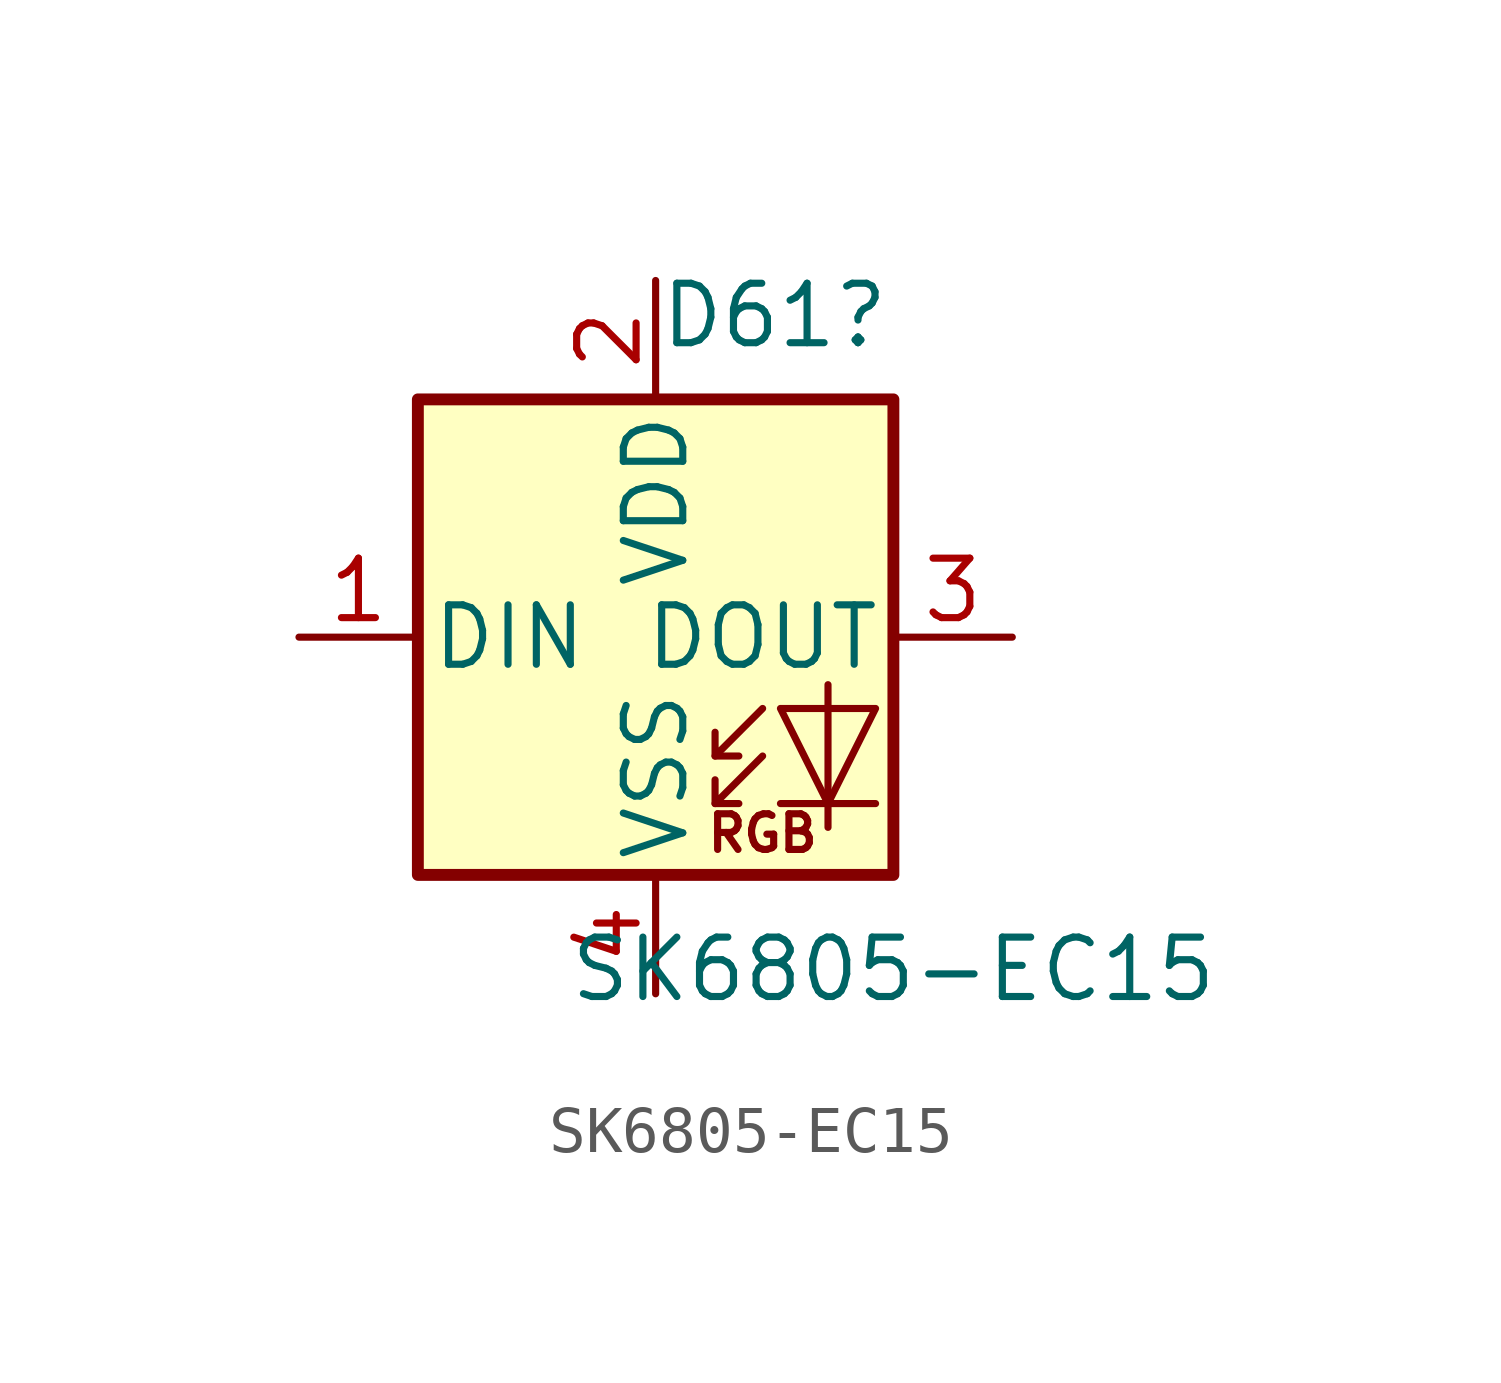
<source format=kicad_sym>
(kicad_symbol_lib
  (version 20211014)
  (generator kicad_symbol_editor)
  (symbol "SK6805-EC15"
    (pin_names
      (offset 0.254))
    (property "Reference" "D61"
      (at 2.54 6.871 0)
      (effects (font (size 1.27 1.27))))
    (property "Value" "SK6805-EC15"
      (at 5.08 -7.099 0)
      (effects (font (size 1.27 1.27))))
    (symbol "SK6805-EC15_0_0"
      (text "RGB" (at 2.286 -4.191 0) (effects (font (size 0.762 0.762)))))
    (symbol "SK6805-EC15_0_1"
      (polyline (pts (xy 1.27 -3.556) (xy 1.778 -3.556)) (stroke (width 0) (type default) (color 0 0 0 0)) (fill (type none)))
      (polyline (pts (xy 1.27 -2.54) (xy 1.778 -2.54)) (stroke (width 0) (type default) (color 0 0 0 0)) (fill (type none)))
      (polyline (pts (xy 4.699 -3.556) (xy 2.667 -3.556)) (stroke (width 0) (type default) (color 0 0 0 0)) (fill (type none)))
      (polyline (pts (xy 2.286 -2.54) (xy 1.27 -3.556) (xy 1.27 -3.048)) (stroke (width 0) (type default) (color 0 0 0 0)) (fill (type none)))
      (polyline (pts (xy 2.286 -1.524) (xy 1.27 -2.54) (xy 1.27 -2.032)) (stroke (width 0) (type default) (color 0 0 0 0)) (fill (type none)))
      (polyline (pts (xy 3.683 -1.016) (xy 3.683 -3.556) (xy 3.683 -4.064)) (stroke (width 0) (type default) (color 0 0 0 0)) (fill (type none)))
      (polyline (pts (xy 4.699 -1.524) (xy 2.667 -1.524) (xy 3.683 -3.556) (xy 4.699 -1.524)) (stroke (width 0) (type default) (color 0 0 0 0)) (fill (type none)))
      (rectangle (start 5.08 5.08) (end -5.08 -5.08) (stroke (width 0.254) (type default) (color 0 0 0 0)) (fill (type background))))
    (symbol "SK6805-EC15_1_1"
      (pin input line (at -7.62 0 0) (length 2.54) (name "DIN" (effects (font (size 1.27 1.27)))) (number "1" (effects (font (size 1.27 1.27)))))
      (pin power_in line (at 0 7.62 270) (length 2.54) (name "VDD" (effects (font (size 1.27 1.27)))) (number "2" (effects (font (size 1.27 1.27)))))
      (pin output line (at 7.62 0 180) (length 2.54) (name "DOUT" (effects (font (size 1.27 1.27)))) (number "3" (effects (font (size 1.27 1.27)))))
      (pin power_in line (at 0 -7.62 90) (length 2.54) (name "VSS" (effects (font (size 1.27 1.27)))) (number "4" (effects (font (size 1.27 1.27))))))))
</source>
